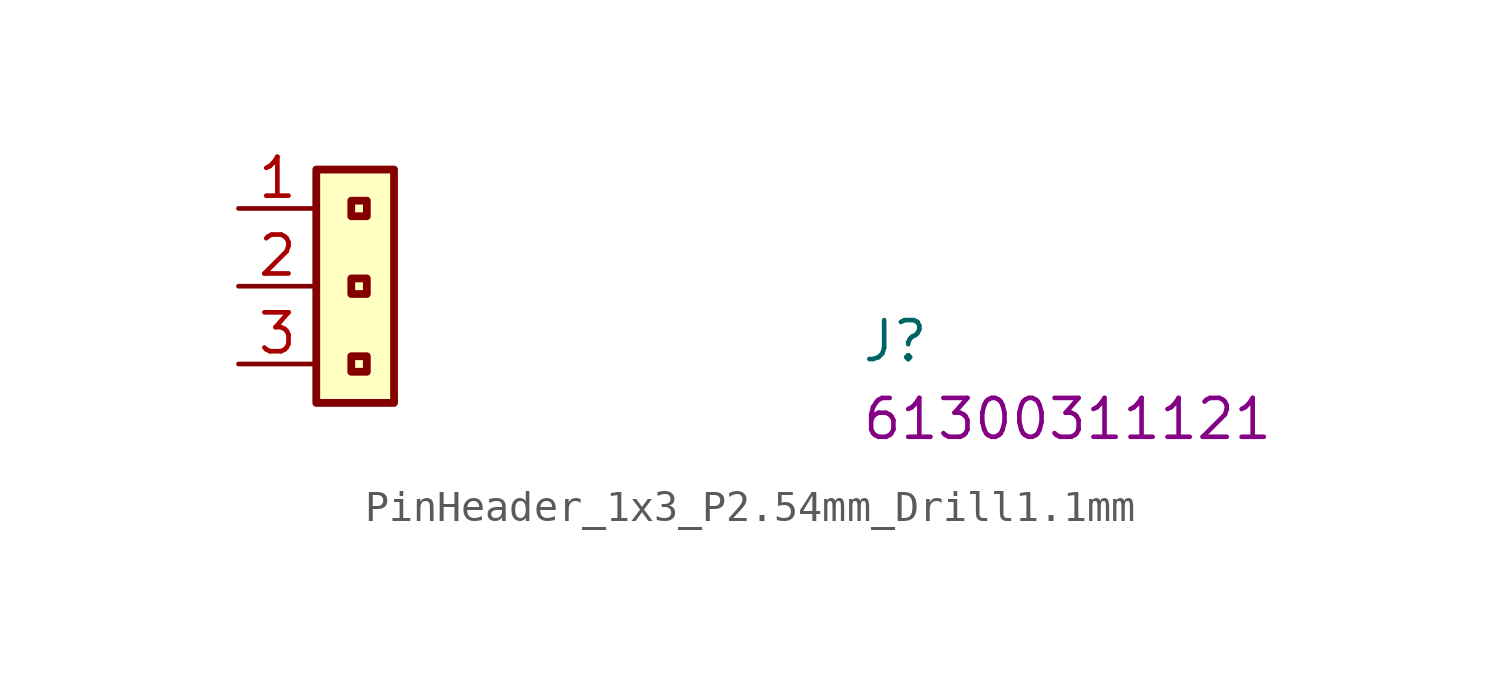
<source format=kicad_sym>
(kicad_symbol_lib
  (version 20220914)
  (generator kicad_symbol_editor)
  (symbol "PinHeader_1x3_P2.54mm_Drill1.1mm"
    (property "Reference" "J"
      (at 20.32 -5.08 0)
      (effects (font (size 1.27 1.27) (thickness 0.15)) (justify left bottom)))
    (property "MPN" "61300311121"
      (at 20.32 -7.62 0)
      (effects (font (size 1.27 1.27) (thickness 0.15)) (justify left bottom)))
    (symbol "PinHeader_1x3_P2.54mm_Drill1.1mm_1_1"
      (rectangle (start 4.191 -5.334) (end 3.683 -4.826) (stroke (width 0.254) (type default)) (fill (type none)))
      (rectangle (start 4.191 -2.794) (end 3.683 -2.286) (stroke (width 0.254) (type default)) (fill (type none)))
      (rectangle (start 4.191 -0.254) (end 3.683 0.254) (stroke (width 0.254) (type default)) (fill (type none)))
      (rectangle (start 5.08 -6.35) (end 2.54 1.27) (stroke (width 0.254) (type default)) (fill (type background)))
      (pin passive line (at 0 0 0) (length 2.54) (name "~" (effects (font (size 1.27 1.27)))) (number "1" (effects (font (size 1.27 1.27)))))
      (pin passive line (at 0 -2.54 0) (length 2.54) (name "~" (effects (font (size 1.27 1.27)))) (number "2" (effects (font (size 1.27 1.27)))))
      (pin passive line (at 0 -5.08 0) (length 2.54) (name "~" (effects (font (size 1.27 1.27)))) (number "3" (effects (font (size 1.27 1.27))))))))
</source>
